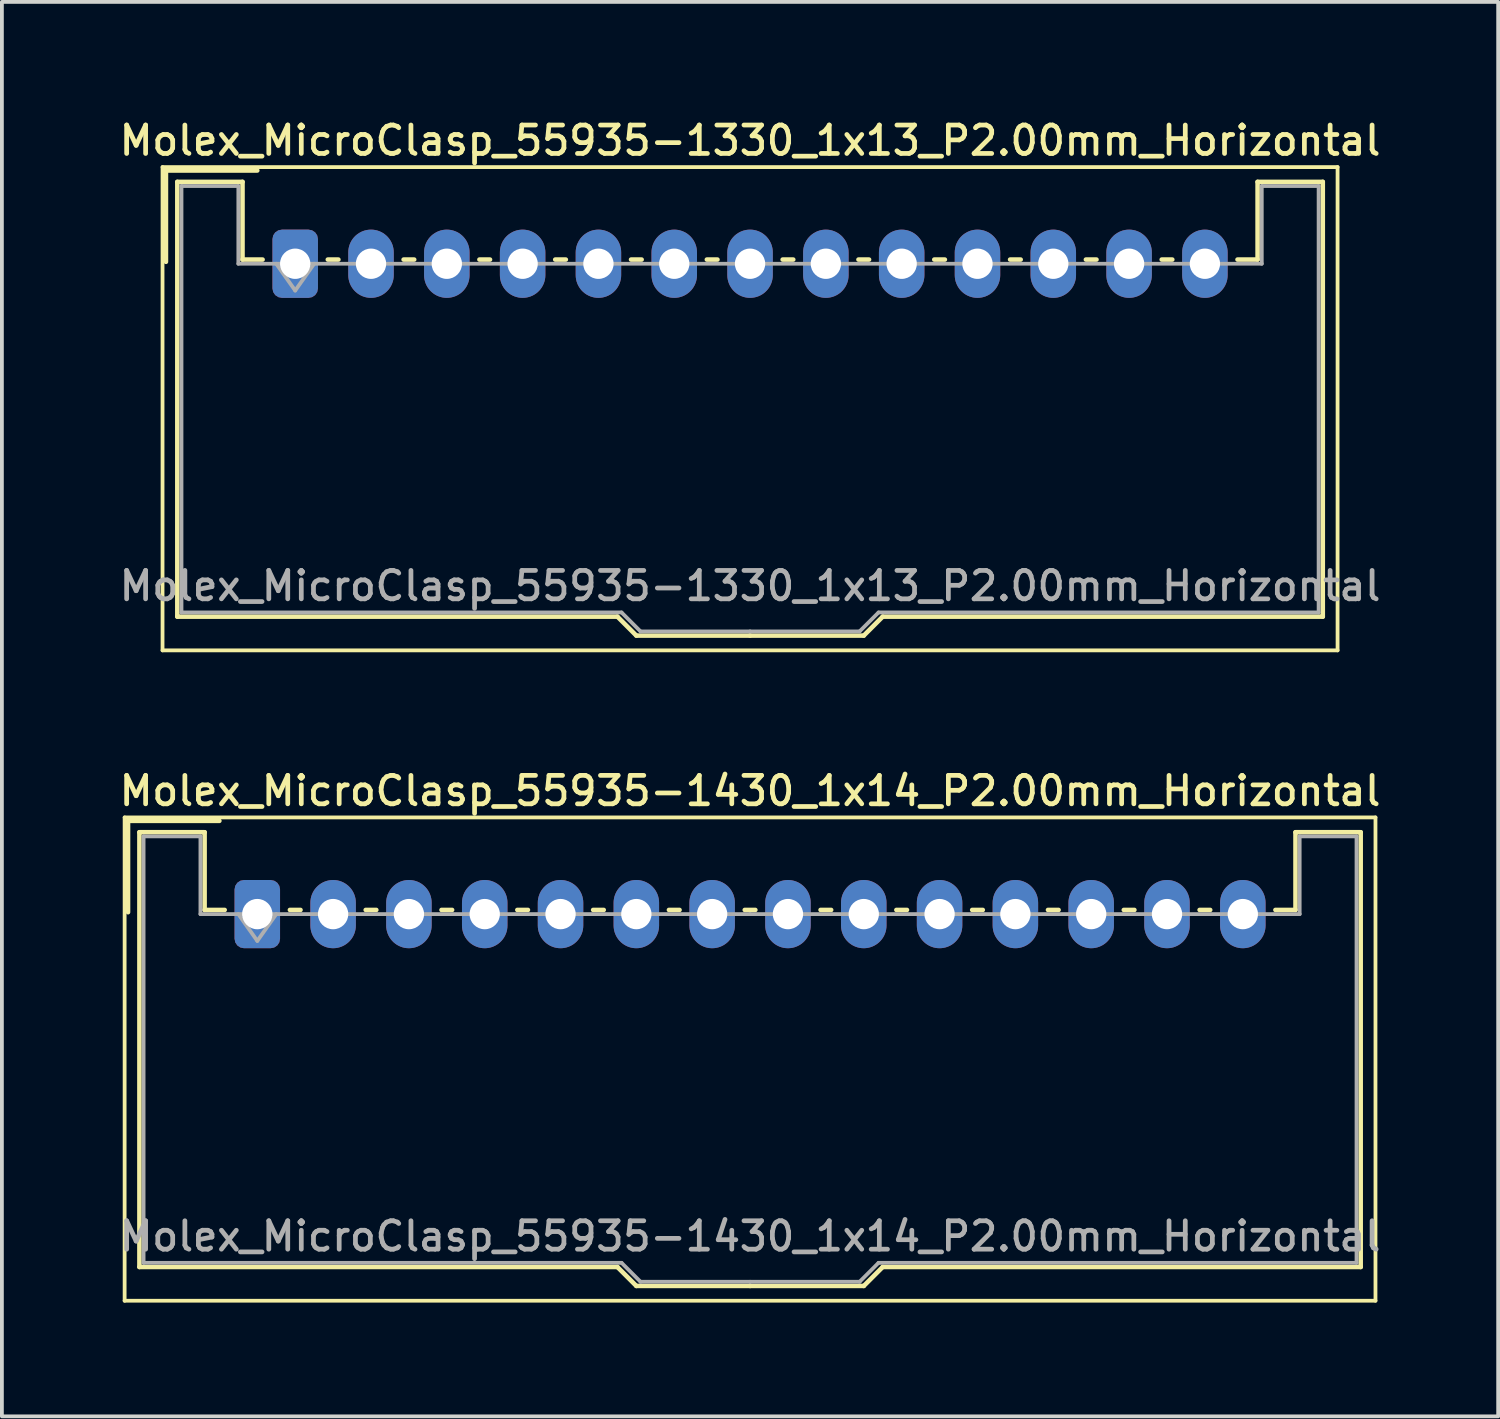
<source format=kicad_pcb>
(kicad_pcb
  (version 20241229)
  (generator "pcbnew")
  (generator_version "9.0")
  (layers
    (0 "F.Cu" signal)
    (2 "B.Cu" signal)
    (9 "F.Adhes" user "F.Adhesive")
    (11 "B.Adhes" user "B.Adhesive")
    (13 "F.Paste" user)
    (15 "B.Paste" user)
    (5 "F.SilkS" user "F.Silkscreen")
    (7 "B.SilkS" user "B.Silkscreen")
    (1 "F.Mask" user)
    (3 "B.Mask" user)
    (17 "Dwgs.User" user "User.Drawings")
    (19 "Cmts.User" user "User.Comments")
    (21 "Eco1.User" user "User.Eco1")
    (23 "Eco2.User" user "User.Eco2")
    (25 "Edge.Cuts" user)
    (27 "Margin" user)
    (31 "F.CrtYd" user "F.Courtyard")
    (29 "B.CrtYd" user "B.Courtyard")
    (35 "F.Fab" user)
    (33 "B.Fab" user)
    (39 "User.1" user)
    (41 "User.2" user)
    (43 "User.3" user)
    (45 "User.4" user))
  (footprint "Molex_MicroClasp_55935-1430_1x14_P2.00mm_Horizontal"
    (layer "F.Cu")
    (at 3.738 21.066)
    (property "Reference" "Molex_MicroClasp_55935-1430_1x14_P2.00mm_Horizontal" (at 13 -3.25 0) (layer "F.SilkS") (effects (font (size 0.75 0.75) (thickness 0.125))))
    (attr through_hole)
    (fp_line (start -3.5 -2.55) (end -3.5 10.2) (stroke (width 0.1) (type solid)) (layer "F.SilkS"))
    (fp_line (start -3.5 10.2) (end 29.5 10.2) (stroke (width 0.1) (type solid)) (layer "F.SilkS"))
    (fp_line (start -3.41 -2.46) (end -1 -2.46) (stroke (width 0.12) (type solid)) (layer "F.SilkS"))
    (fp_line (start -3.41 -0.05) (end -3.41 -2.46) (stroke (width 0.12) (type solid)) (layer "F.SilkS"))
    (fp_line (start -3.11 -2.16) (end -1.39 -2.16) (stroke (width 0.12) (type solid)) (layer "F.SilkS"))
    (fp_line (start -3.11 9.31) (end -3.11 -2.16) (stroke (width 0.12) (type solid)) (layer "F.SilkS"))
    (fp_line (start -1.39 -2.16) (end -1.39 -0.11) (stroke (width 0.12) (type solid)) (layer "F.SilkS"))
    (fp_line (start -1.39 -0.11) (end -0.86 -0.11) (stroke (width 0.12) (type solid)) (layer "F.SilkS"))
    (fp_line (start 0.86 -0.11) (end 1.14 -0.11) (stroke (width 0.12) (type solid)) (layer "F.SilkS"))
    (fp_line (start 2.86 -0.11) (end 3.14 -0.11) (stroke (width 0.12) (type solid)) (layer "F.SilkS"))
    (fp_line (start 4.86 -0.11) (end 5.14 -0.11) (stroke (width 0.12) (type solid)) (layer "F.SilkS"))
    (fp_line (start 6.86 -0.11) (end 7.14 -0.11) (stroke (width 0.12) (type solid)) (layer "F.SilkS"))
    (fp_line (start 8.86 -0.11) (end 9.14 -0.11) (stroke (width 0.12) (type solid)) (layer "F.SilkS"))
    (fp_line (start 9.5 9.31) (end -3.11 9.31) (stroke (width 0.12) (type solid)) (layer "F.SilkS"))
    (fp_line (start 10 9.81) (end 9.5 9.31) (stroke (width 0.12) (type solid)) (layer "F.SilkS"))
    (fp_line (start 10.86 -0.11) (end 11.14 -0.11) (stroke (width 0.12) (type solid)) (layer "F.SilkS"))
    (fp_line (start 12.86 -0.11) (end 13.14 -0.11) (stroke (width 0.12) (type solid)) (layer "F.SilkS"))
    (fp_line (start 13 9.81) (end 10 9.81) (stroke (width 0.12) (type solid)) (layer "F.SilkS"))
    (fp_line (start 13 9.81) (end 16 9.81) (stroke (width 0.12) (type solid)) (layer "F.SilkS"))
    (fp_line (start 14.86 -0.11) (end 15.14 -0.11) (stroke (width 0.12) (type solid)) (layer "F.SilkS"))
    (fp_line (start 16 9.81) (end 16.5 9.31) (stroke (width 0.12) (type solid)) (layer "F.SilkS"))
    (fp_line (start 16.5 9.31) (end 29.11 9.31) (stroke (width 0.12) (type solid)) (layer "F.SilkS"))
    (fp_line (start 16.86 -0.11) (end 17.14 -0.11) (stroke (width 0.12) (type solid)) (layer "F.SilkS"))
    (fp_line (start 18.86 -0.11) (end 19.14 -0.11) (stroke (width 0.12) (type solid)) (layer "F.SilkS"))
    (fp_line (start 20.86 -0.11) (end 21.14 -0.11) (stroke (width 0.12) (type solid)) (layer "F.SilkS"))
    (fp_line (start 22.86 -0.11) (end 23.14 -0.11) (stroke (width 0.12) (type solid)) (layer "F.SilkS"))
    (fp_line (start 24.86 -0.11) (end 25.14 -0.11) (stroke (width 0.12) (type solid)) (layer "F.SilkS"))
    (fp_line (start 27.39 -2.16) (end 27.39 -0.11) (stroke (width 0.12) (type solid)) (layer "F.SilkS"))
    (fp_line (start 27.39 -0.11) (end 26.86 -0.11) (stroke (width 0.12) (type solid)) (layer "F.SilkS"))
    (fp_line (start 29.11 -2.16) (end 27.39 -2.16) (stroke (width 0.12) (type solid)) (layer "F.SilkS"))
    (fp_line (start 29.11 9.31) (end 29.11 -2.16) (stroke (width 0.12) (type solid)) (layer "F.SilkS"))
    (fp_line (start 29.5 -2.55) (end -3.5 -2.55) (stroke (width 0.1) (type solid)) (layer "F.SilkS"))
    (fp_line (start 29.5 10.2) (end 29.5 -2.55) (stroke (width 0.1) (type solid)) (layer "F.SilkS"))
    (fp_line (start -3 -2.05) (end -1.5 -2.05) (stroke (width 0.1) (type solid)) (layer "F.Fab"))
    (fp_line (start -3 9.2) (end -3 -2.05) (stroke (width 0.1) (type solid)) (layer "F.Fab"))
    (fp_line (start -1.5 -2.05) (end -1.5 0) (stroke (width 0.1) (type solid)) (layer "F.Fab"))
    (fp_line (start -1.5 0) (end 13 0) (stroke (width 0.1) (type solid)) (layer "F.Fab"))
    (fp_line (start -0.5 0) (end 0 0.707) (stroke (width 0.1) (type solid)) (layer "F.Fab"))
    (fp_line (start 0 0.707) (end 0.5 0) (stroke (width 0.1) (type solid)) (layer "F.Fab"))
    (fp_line (start 9.61 9.2) (end -3 9.2) (stroke (width 0.1) (type solid)) (layer "F.Fab"))
    (fp_line (start 10.11 9.7) (end 9.61 9.2) (stroke (width 0.1) (type solid)) (layer "F.Fab"))
    (fp_line (start 13 9.7) (end 10.11 9.7) (stroke (width 0.1) (type solid)) (layer "F.Fab"))
    (fp_line (start 13 9.7) (end 15.89 9.7) (stroke (width 0.1) (type solid)) (layer "F.Fab"))
    (fp_line (start 15.89 9.7) (end 16.39 9.2) (stroke (width 0.1) (type solid)) (layer "F.Fab"))
    (fp_line (start 16.39 9.2) (end 29 9.2) (stroke (width 0.1) (type solid)) (layer "F.Fab"))
    (fp_line (start 27.5 -2.05) (end 27.5 0) (stroke (width 0.1) (type solid)) (layer "F.Fab"))
    (fp_line (start 27.5 0) (end 13 0) (stroke (width 0.1) (type solid)) (layer "F.Fab"))
    (fp_line (start 29 -2.05) (end 27.5 -2.05) (stroke (width 0.1) (type solid)) (layer "F.Fab"))
    (fp_line (start 29 9.2) (end 29 -2.05) (stroke (width 0.1) (type solid)) (layer "F.Fab"))
    (fp_text user "${REFERENCE}" (at 13 8.5 0) (layer "F.Fab") (effects (font (size 0.75 0.75) (thickness 0.125))))
    (pad "1" thru_hole roundrect (at 0 0) (size 1.2 1.8) (drill 0.8) (layers "*.Cu" "*.Mask") (roundrect_rratio 0.208))
    (pad "2" thru_hole oval (at 2 0) (size 1.2 1.8) (drill 0.8) (layers "*.Cu" "*.Mask"))
    (pad "3" thru_hole oval (at 4 0) (size 1.2 1.8) (drill 0.8) (layers "*.Cu" "*.Mask"))
    (pad "4" thru_hole oval (at 6 0) (size 1.2 1.8) (drill 0.8) (layers "*.Cu" "*.Mask"))
    (pad "5" thru_hole oval (at 8 0) (size 1.2 1.8) (drill 0.8) (layers "*.Cu" "*.Mask"))
    (pad "6" thru_hole oval (at 10 0) (size 1.2 1.8) (drill 0.8) (layers "*.Cu" "*.Mask"))
    (pad "7" thru_hole oval (at 12 0) (size 1.2 1.8) (drill 0.8) (layers "*.Cu" "*.Mask"))
    (pad "8" thru_hole oval (at 14 0) (size 1.2 1.8) (drill 0.8) (layers "*.Cu" "*.Mask"))
    (pad "9" thru_hole oval (at 16 0) (size 1.2 1.8) (drill 0.8) (layers "*.Cu" "*.Mask"))
    (pad "10" thru_hole oval (at 18 0) (size 1.2 1.8) (drill 0.8) (layers "*.Cu" "*.Mask"))
    (pad "11" thru_hole oval (at 20 0) (size 1.2 1.8) (drill 0.8) (layers "*.Cu" "*.Mask"))
    (pad "12" thru_hole oval (at 22 0) (size 1.2 1.8) (drill 0.8) (layers "*.Cu" "*.Mask"))
    (pad "13" thru_hole oval (at 24 0) (size 1.2 1.8) (drill 0.8) (layers "*.Cu" "*.Mask"))
    (pad "14" thru_hole oval (at 26 0) (size 1.2 1.8) (drill 0.8) (layers "*.Cu" "*.Mask")))
  (footprint "Molex_MicroClasp_55935-1330_1x13_P2.00mm_Horizontal"
    (layer "F.Cu")
    (at 4.738 3.908)
    (property "Reference" "Molex_MicroClasp_55935-1330_1x13_P2.00mm_Horizontal" (at 12 -3.25 0) (layer "F.SilkS") (effects (font (size 0.75 0.75) (thickness 0.125))))
    (attr through_hole)
    (fp_line (start -3.5 -2.55) (end -3.5 10.2) (stroke (width 0.1) (type solid)) (layer "F.SilkS"))
    (fp_line (start -3.5 10.2) (end 27.5 10.2) (stroke (width 0.1) (type solid)) (layer "F.SilkS"))
    (fp_line (start -3.41 -2.46) (end -1 -2.46) (stroke (width 0.12) (type solid)) (layer "F.SilkS"))
    (fp_line (start -3.41 -0.05) (end -3.41 -2.46) (stroke (width 0.12) (type solid)) (layer "F.SilkS"))
    (fp_line (start -3.11 -2.16) (end -1.39 -2.16) (stroke (width 0.12) (type solid)) (layer "F.SilkS"))
    (fp_line (start -3.11 9.31) (end -3.11 -2.16) (stroke (width 0.12) (type solid)) (layer "F.SilkS"))
    (fp_line (start -1.39 -2.16) (end -1.39 -0.11) (stroke (width 0.12) (type solid)) (layer "F.SilkS"))
    (fp_line (start -1.39 -0.11) (end -0.86 -0.11) (stroke (width 0.12) (type solid)) (layer "F.SilkS"))
    (fp_line (start 0.86 -0.11) (end 1.14 -0.11) (stroke (width 0.12) (type solid)) (layer "F.SilkS"))
    (fp_line (start 2.86 -0.11) (end 3.14 -0.11) (stroke (width 0.12) (type solid)) (layer "F.SilkS"))
    (fp_line (start 4.86 -0.11) (end 5.14 -0.11) (stroke (width 0.12) (type solid)) (layer "F.SilkS"))
    (fp_line (start 6.86 -0.11) (end 7.14 -0.11) (stroke (width 0.12) (type solid)) (layer "F.SilkS"))
    (fp_line (start 8.5 9.31) (end -3.11 9.31) (stroke (width 0.12) (type solid)) (layer "F.SilkS"))
    (fp_line (start 8.86 -0.11) (end 9.14 -0.11) (stroke (width 0.12) (type solid)) (layer "F.SilkS"))
    (fp_line (start 9 9.81) (end 8.5 9.31) (stroke (width 0.12) (type solid)) (layer "F.SilkS"))
    (fp_line (start 10.86 -0.11) (end 11.14 -0.11) (stroke (width 0.12) (type solid)) (layer "F.SilkS"))
    (fp_line (start 12 9.81) (end 9 9.81) (stroke (width 0.12) (type solid)) (layer "F.SilkS"))
    (fp_line (start 12 9.81) (end 15 9.81) (stroke (width 0.12) (type solid)) (layer "F.SilkS"))
    (fp_line (start 12.86 -0.11) (end 13.14 -0.11) (stroke (width 0.12) (type solid)) (layer "F.SilkS"))
    (fp_line (start 14.86 -0.11) (end 15.14 -0.11) (stroke (width 0.12) (type solid)) (layer "F.SilkS"))
    (fp_line (start 15 9.81) (end 15.5 9.31) (stroke (width 0.12) (type solid)) (layer "F.SilkS"))
    (fp_line (start 15.5 9.31) (end 27.11 9.31) (stroke (width 0.12) (type solid)) (layer "F.SilkS"))
    (fp_line (start 16.86 -0.11) (end 17.14 -0.11) (stroke (width 0.12) (type solid)) (layer "F.SilkS"))
    (fp_line (start 18.86 -0.11) (end 19.14 -0.11) (stroke (width 0.12) (type solid)) (layer "F.SilkS"))
    (fp_line (start 20.86 -0.11) (end 21.14 -0.11) (stroke (width 0.12) (type solid)) (layer "F.SilkS"))
    (fp_line (start 22.86 -0.11) (end 23.14 -0.11) (stroke (width 0.12) (type solid)) (layer "F.SilkS"))
    (fp_line (start 25.39 -2.16) (end 25.39 -0.11) (stroke (width 0.12) (type solid)) (layer "F.SilkS"))
    (fp_line (start 25.39 -0.11) (end 24.86 -0.11) (stroke (width 0.12) (type solid)) (layer "F.SilkS"))
    (fp_line (start 27.11 -2.16) (end 25.39 -2.16) (stroke (width 0.12) (type solid)) (layer "F.SilkS"))
    (fp_line (start 27.11 9.31) (end 27.11 -2.16) (stroke (width 0.12) (type solid)) (layer "F.SilkS"))
    (fp_line (start 27.5 -2.55) (end -3.5 -2.55) (stroke (width 0.1) (type solid)) (layer "F.SilkS"))
    (fp_line (start 27.5 10.2) (end 27.5 -2.55) (stroke (width 0.1) (type solid)) (layer "F.SilkS"))
    (fp_line (start -3 -2.05) (end -1.5 -2.05) (stroke (width 0.1) (type solid)) (layer "F.Fab"))
    (fp_line (start -3 9.2) (end -3 -2.05) (stroke (width 0.1) (type solid)) (layer "F.Fab"))
    (fp_line (start -1.5 -2.05) (end -1.5 0) (stroke (width 0.1) (type solid)) (layer "F.Fab"))
    (fp_line (start -1.5 0) (end 12 0) (stroke (width 0.1) (type solid)) (layer "F.Fab"))
    (fp_line (start -0.5 0) (end 0 0.707) (stroke (width 0.1) (type solid)) (layer "F.Fab"))
    (fp_line (start 0 0.707) (end 0.5 0) (stroke (width 0.1) (type solid)) (layer "F.Fab"))
    (fp_line (start 8.61 9.2) (end -3 9.2) (stroke (width 0.1) (type solid)) (layer "F.Fab"))
    (fp_line (start 9.11 9.7) (end 8.61 9.2) (stroke (width 0.1) (type solid)) (layer "F.Fab"))
    (fp_line (start 12 9.7) (end 9.11 9.7) (stroke (width 0.1) (type solid)) (layer "F.Fab"))
    (fp_line (start 12 9.7) (end 14.89 9.7) (stroke (width 0.1) (type solid)) (layer "F.Fab"))
    (fp_line (start 14.89 9.7) (end 15.39 9.2) (stroke (width 0.1) (type solid)) (layer "F.Fab"))
    (fp_line (start 15.39 9.2) (end 27 9.2) (stroke (width 0.1) (type solid)) (layer "F.Fab"))
    (fp_line (start 25.5 -2.05) (end 25.5 0) (stroke (width 0.1) (type solid)) (layer "F.Fab"))
    (fp_line (start 25.5 0) (end 12 0) (stroke (width 0.1) (type solid)) (layer "F.Fab"))
    (fp_line (start 27 -2.05) (end 25.5 -2.05) (stroke (width 0.1) (type solid)) (layer "F.Fab"))
    (fp_line (start 27 9.2) (end 27 -2.05) (stroke (width 0.1) (type solid)) (layer "F.Fab"))
    (fp_text user "${REFERENCE}" (at 12 8.5 0) (layer "F.Fab") (effects (font (size 0.75 0.75) (thickness 0.125))))
    (pad "1" thru_hole roundrect (at 0 0) (size 1.2 1.8) (drill 0.8) (layers "*.Cu" "*.Mask") (roundrect_rratio 0.208))
    (pad "2" thru_hole oval (at 2 0) (size 1.2 1.8) (drill 0.8) (layers "*.Cu" "*.Mask"))
    (pad "3" thru_hole oval (at 4 0) (size 1.2 1.8) (drill 0.8) (layers "*.Cu" "*.Mask"))
    (pad "4" thru_hole oval (at 6 0) (size 1.2 1.8) (drill 0.8) (layers "*.Cu" "*.Mask"))
    (pad "5" thru_hole oval (at 8 0) (size 1.2 1.8) (drill 0.8) (layers "*.Cu" "*.Mask"))
    (pad "6" thru_hole oval (at 10 0) (size 1.2 1.8) (drill 0.8) (layers "*.Cu" "*.Mask"))
    (pad "7" thru_hole oval (at 12 0) (size 1.2 1.8) (drill 0.8) (layers "*.Cu" "*.Mask"))
    (pad "8" thru_hole oval (at 14 0) (size 1.2 1.8) (drill 0.8) (layers "*.Cu" "*.Mask"))
    (pad "9" thru_hole oval (at 16 0) (size 1.2 1.8) (drill 0.8) (layers "*.Cu" "*.Mask"))
    (pad "10" thru_hole oval (at 18 0) (size 1.2 1.8) (drill 0.8) (layers "*.Cu" "*.Mask"))
    (pad "11" thru_hole oval (at 20 0) (size 1.2 1.8) (drill 0.8) (layers "*.Cu" "*.Mask"))
    (pad "12" thru_hole oval (at 22 0) (size 1.2 1.8) (drill 0.8) (layers "*.Cu" "*.Mask"))
    (pad "13" thru_hole oval (at 24 0) (size 1.2 1.8) (drill 0.8) (layers "*.Cu" "*.Mask")))
  (gr_rect
    (start -3 -3)
    (end 36.475 34.316)
    (stroke (width 0.1) (type default))
    (fill no)
    (layer "Edge.Cuts")))
</source>
